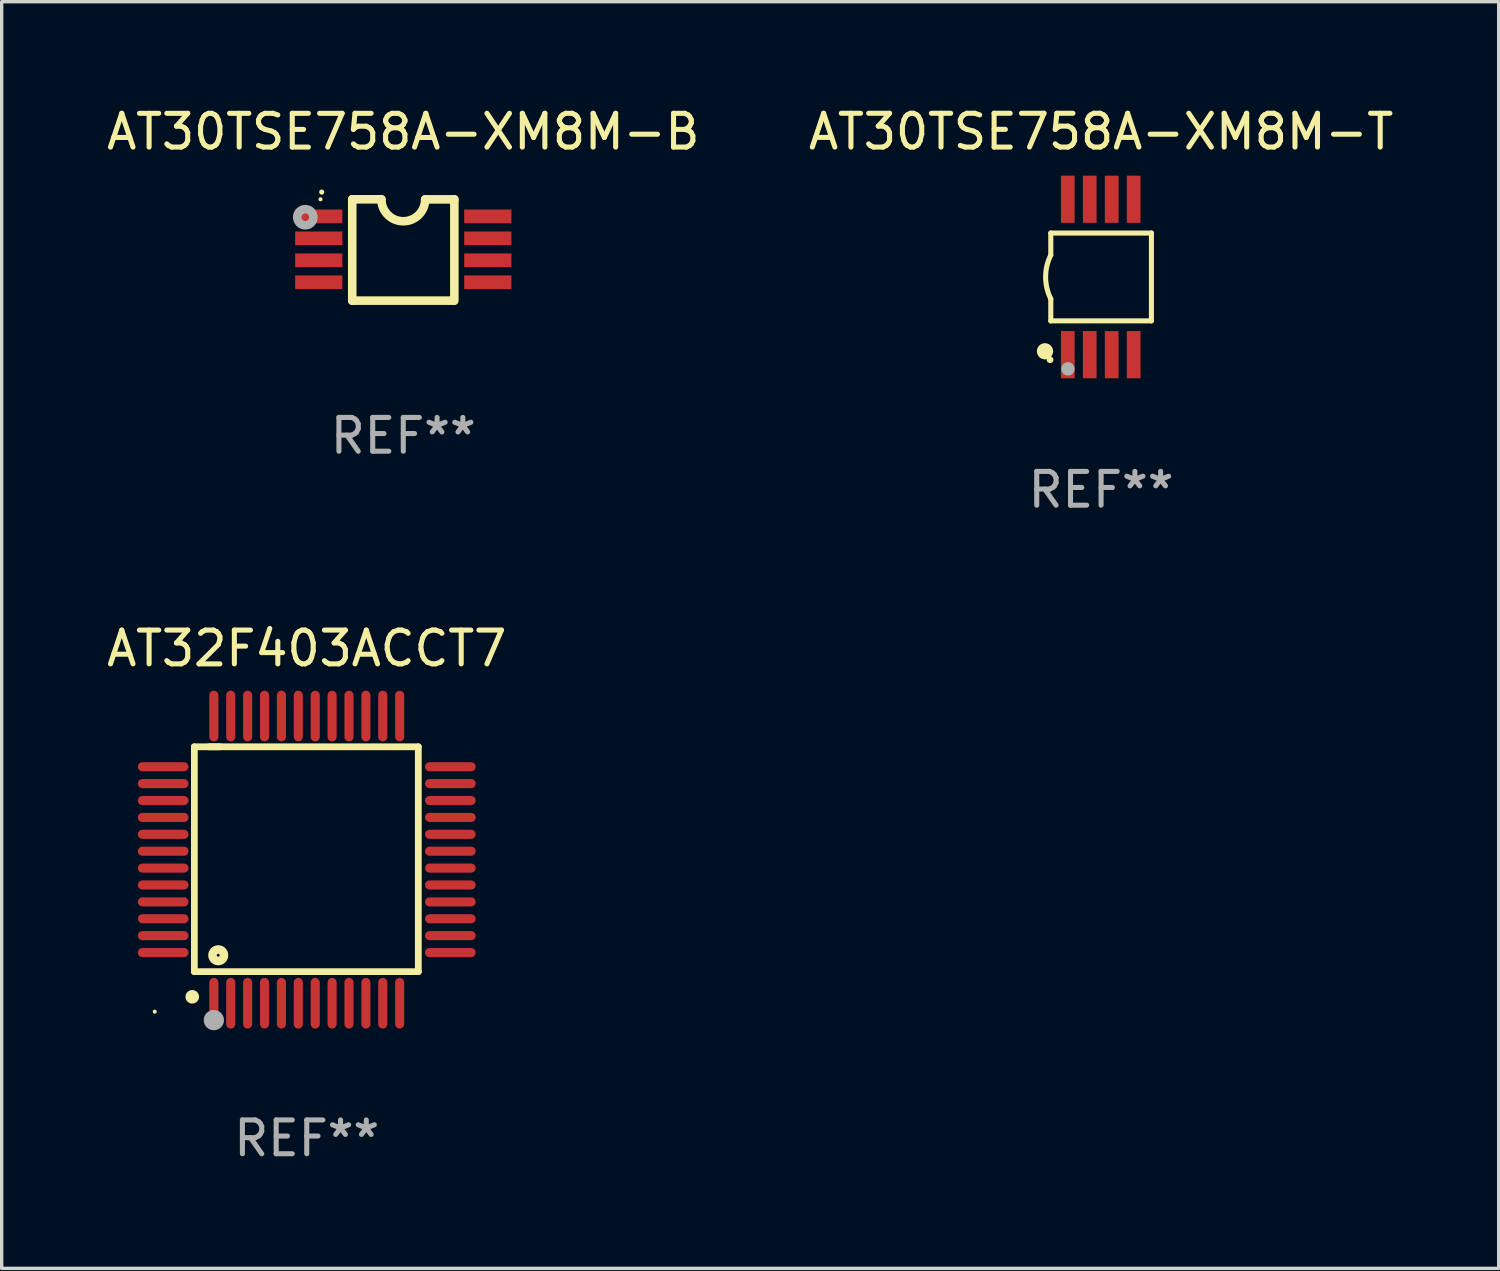
<source format=kicad_pcb>
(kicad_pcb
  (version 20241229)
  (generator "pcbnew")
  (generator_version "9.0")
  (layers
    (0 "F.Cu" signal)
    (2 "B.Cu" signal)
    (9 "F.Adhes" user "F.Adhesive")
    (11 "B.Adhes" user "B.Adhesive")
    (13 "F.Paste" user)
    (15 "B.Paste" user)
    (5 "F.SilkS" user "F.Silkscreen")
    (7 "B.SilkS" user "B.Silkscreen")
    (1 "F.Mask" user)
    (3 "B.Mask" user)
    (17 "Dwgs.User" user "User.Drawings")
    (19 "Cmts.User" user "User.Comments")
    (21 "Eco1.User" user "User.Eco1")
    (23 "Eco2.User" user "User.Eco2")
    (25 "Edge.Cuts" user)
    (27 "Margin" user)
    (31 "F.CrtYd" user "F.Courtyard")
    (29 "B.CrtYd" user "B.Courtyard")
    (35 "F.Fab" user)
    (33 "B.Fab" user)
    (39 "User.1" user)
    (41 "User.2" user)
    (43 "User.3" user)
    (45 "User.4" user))
  (footprint "AT32F403ACCT7"
    (layer "F.Cu")
    (at 6.03 22.395)
    (property "Reference" "AT32F403ACCT7" (at 0 -6.25 0) (layer "F.SilkS") (effects (font (size 1 1) (thickness 0.15))))
    (attr through_hole)
    (fp_line (start -3.327 -3.34) (end -2.565 -3.34) (stroke (width 0.2) (type solid)) (layer "F.SilkS"))
    (fp_line (start -3.327 3.315) (end -3.327 -3.34) (stroke (width 0.2) (type solid)) (layer "F.SilkS"))
    (fp_line (start -2.896 -3.34) (end 3.302 -3.34) (stroke (width 0.2) (type solid)) (layer "F.SilkS"))
    (fp_line (start 3.302 -3.34) (end 3.302 3.315) (stroke (width 0.2) (type solid)) (layer "F.SilkS"))
    (fp_line (start 3.302 3.315) (end -3.327 3.315) (stroke (width 0.2) (type solid)) (layer "F.SilkS"))
    (fp_arc (start -3.389992 4.059995) (mid -3.388722 4.059991) (end -3.387452 4.059995) (stroke (width 0.4) (type solid)) (layer "F.SilkS"))
    (fp_circle (center -4.5 4.5) (end -4.47 4.5) (stroke (width 0.06) (type solid)) (fill no) (layer "F.SilkS"))
    (fp_circle (center -2.62 2.83) (end -2.45 2.83) (stroke (width 0.254) (type solid)) (fill no) (layer "F.SilkS"))
    (fp_circle (center -2.75 4.75) (end -2.6 4.75) (stroke (width 0.3) (type solid)) (fill no) (layer "F.Fab"))
    (fp_text user "REF**" (at 0 8.25 0) (layer "F.Fab") (effects (font (size 1 1) (thickness 0.15))))
    (pad "1" smd oval (at -2.75 4.25) (size 0.27 1.5) (layers "F.Cu" "F.Mask" "F.Paste"))
    (pad "2" smd oval (at -2.25 4.25) (size 0.27 1.5) (layers "F.Cu" "F.Mask" "F.Paste"))
    (pad "3" smd oval (at -1.75 4.25) (size 0.27 1.5) (layers "F.Cu" "F.Mask" "F.Paste"))
    (pad "4" smd oval (at -1.25 4.25) (size 0.27 1.5) (layers "F.Cu" "F.Mask" "F.Paste"))
    (pad "5" smd oval (at -0.75 4.25) (size 0.27 1.5) (layers "F.Cu" "F.Mask" "F.Paste"))
    (pad "6" smd oval (at -0.25 4.25) (size 0.27 1.5) (layers "F.Cu" "F.Mask" "F.Paste"))
    (pad "7" smd oval (at 0.25 4.25) (size 0.27 1.5) (layers "F.Cu" "F.Mask" "F.Paste"))
    (pad "8" smd oval (at 0.75 4.25) (size 0.27 1.5) (layers "F.Cu" "F.Mask" "F.Paste"))
    (pad "9" smd oval (at 1.25 4.25) (size 0.27 1.5) (layers "F.Cu" "F.Mask" "F.Paste"))
    (pad "10" smd oval (at 1.75 4.25) (size 0.27 1.5) (layers "F.Cu" "F.Mask" "F.Paste"))
    (pad "11" smd oval (at 2.25 4.25) (size 0.27 1.5) (layers "F.Cu" "F.Mask" "F.Paste"))
    (pad "12" smd oval (at 2.75 4.25) (size 0.27 1.5) (layers "F.Cu" "F.Mask" "F.Paste"))
    (pad "13" smd oval (at 4.25 2.75) (size 1.5 0.27) (layers "F.Cu" "F.Mask" "F.Paste"))
    (pad "14" smd oval (at 4.25 2.25) (size 1.5 0.27) (layers "F.Cu" "F.Mask" "F.Paste"))
    (pad "15" smd oval (at 4.25 1.75) (size 1.5 0.27) (layers "F.Cu" "F.Mask" "F.Paste"))
    (pad "16" smd oval (at 4.25 1.25) (size 1.5 0.27) (layers "F.Cu" "F.Mask" "F.Paste"))
    (pad "17" smd oval (at 4.25 0.75) (size 1.5 0.27) (layers "F.Cu" "F.Mask" "F.Paste"))
    (pad "18" smd oval (at 4.25 0.25) (size 1.5 0.27) (layers "F.Cu" "F.Mask" "F.Paste"))
    (pad "19" smd oval (at 4.25 -0.25) (size 1.5 0.27) (layers "F.Cu" "F.Mask" "F.Paste"))
    (pad "20" smd oval (at 4.25 -0.75) (size 1.5 0.27) (layers "F.Cu" "F.Mask" "F.Paste"))
    (pad "21" smd oval (at 4.25 -1.25) (size 1.5 0.27) (layers "F.Cu" "F.Mask" "F.Paste"))
    (pad "22" smd oval (at 4.25 -1.75) (size 1.5 0.27) (layers "F.Cu" "F.Mask" "F.Paste"))
    (pad "23" smd oval (at 4.25 -2.25) (size 1.5 0.27) (layers "F.Cu" "F.Mask" "F.Paste"))
    (pad "24" smd oval (at 4.25 -2.75) (size 1.5 0.27) (layers "F.Cu" "F.Mask" "F.Paste"))
    (pad "25" smd oval (at 2.75 -4.25) (size 0.27 1.5) (layers "F.Cu" "F.Mask" "F.Paste"))
    (pad "26" smd oval (at 2.25 -4.25) (size 0.27 1.5) (layers "F.Cu" "F.Mask" "F.Paste"))
    (pad "27" smd oval (at 1.75 -4.25) (size 0.27 1.5) (layers "F.Cu" "F.Mask" "F.Paste"))
    (pad "28" smd oval (at 1.25 -4.25) (size 0.27 1.5) (layers "F.Cu" "F.Mask" "F.Paste"))
    (pad "29" smd oval (at 0.75 -4.25) (size 0.27 1.5) (layers "F.Cu" "F.Mask" "F.Paste"))
    (pad "30" smd oval (at 0.25 -4.25) (size 0.27 1.5) (layers "F.Cu" "F.Mask" "F.Paste"))
    (pad "31" smd oval (at -0.25 -4.25) (size 0.27 1.5) (layers "F.Cu" "F.Mask" "F.Paste"))
    (pad "32" smd oval (at -0.75 -4.25) (size 0.27 1.5) (layers "F.Cu" "F.Mask" "F.Paste"))
    (pad "33" smd oval (at -1.25 -4.25) (size 0.27 1.5) (layers "F.Cu" "F.Mask" "F.Paste"))
    (pad "34" smd oval (at -1.75 -4.25) (size 0.27 1.5) (layers "F.Cu" "F.Mask" "F.Paste"))
    (pad "35" smd oval (at -2.25 -4.25) (size 0.27 1.5) (layers "F.Cu" "F.Mask" "F.Paste"))
    (pad "36" smd oval (at -2.75 -4.25) (size 0.27 1.5) (layers "F.Cu" "F.Mask" "F.Paste"))
    (pad "37" smd oval (at -4.25 -2.75) (size 1.5 0.27) (layers "F.Cu" "F.Mask" "F.Paste"))
    (pad "38" smd oval (at -4.25 -2.25) (size 1.5 0.27) (layers "F.Cu" "F.Mask" "F.Paste"))
    (pad "39" smd oval (at -4.25 -1.75) (size 1.5 0.27) (layers "F.Cu" "F.Mask" "F.Paste"))
    (pad "40" smd oval (at -4.25 -1.25) (size 1.5 0.27) (layers "F.Cu" "F.Mask" "F.Paste"))
    (pad "41" smd oval (at -4.25 -0.75) (size 1.5 0.27) (layers "F.Cu" "F.Mask" "F.Paste"))
    (pad "42" smd oval (at -4.25 -0.25) (size 1.5 0.27) (layers "F.Cu" "F.Mask" "F.Paste"))
    (pad "43" smd oval (at -4.25 0.25) (size 1.5 0.27) (layers "F.Cu" "F.Mask" "F.Paste"))
    (pad "44" smd oval (at -4.25 0.75) (size 1.5 0.27) (layers "F.Cu" "F.Mask" "F.Paste"))
    (pad "45" smd oval (at -4.25 1.25) (size 1.5 0.27) (layers "F.Cu" "F.Mask" "F.Paste"))
    (pad "46" smd oval (at -4.25 1.75) (size 1.5 0.27) (layers "F.Cu" "F.Mask" "F.Paste"))
    (pad "47" smd oval (at -4.25 2.25) (size 1.5 0.27) (layers "F.Cu" "F.Mask" "F.Paste"))
    (pad "48" smd oval (at -4.25 2.75) (size 1.5 0.27) (layers "F.Cu" "F.Mask" "F.Paste")))
  (footprint "AT30TSE758A-XM8M-B"
    (layer "F.Cu")
    (at 8.887 4.35)
    (property "Reference" "AT30TSE758A-XM8M-B" (at 0 -3.501 0) (layer "F.SilkS") (effects (font (size 1 1) (thickness 0.15))))
    (attr through_hole)
    (fp_line (start -1.511 -1.501) (end -1.511 1.499) (stroke (width 0.254) (type solid)) (layer "F.SilkS"))
    (fp_line (start -1.511 -1.501) (end -0.648 -1.501) (stroke (width 0.254) (type solid)) (layer "F.SilkS"))
    (fp_line (start -1.511 1.499) (end 1.489 1.499) (stroke (width 0.254) (type solid)) (layer "F.SilkS"))
    (fp_line (start 0.648 -1.499) (end 1.511 -1.499) (stroke (width 0.254) (type solid)) (layer "F.SilkS"))
    (fp_line (start 1.511 -1.499) (end 1.511 1.501) (stroke (width 0.254) (type solid)) (layer "F.SilkS"))
    (fp_arc (start -2.41491 -1.713233) (mid -2.414916 -1.714503) (end -2.41491 -1.715773) (stroke (width 0.150013) (type solid)) (layer "F.SilkS"))
    (fp_arc (start 0.647803 -1.498603) (mid 0.000102 -0.850902) (end -0.647599 -1.498603) (stroke (width 0.254001) (type solid)) (layer "F.SilkS"))
    (fp_circle (center -2.45 -1.501) (end -2.42 -1.501) (stroke (width 0.06) (type solid)) (fill no) (layer "F.SilkS"))
    (fp_circle (center -2.9 -0.97) (end -2.788 -0.97) (stroke (width 0.254) (type solid)) (fill no) (layer "F.Fab"))
    (fp_text user "REF**" (at 0 5.501 0) (layer "F.Fab") (effects (font (size 1 1) (thickness 0.15))))
    (pad "1" smd rect (at -2.502 -0.995) (size 1.397 0.406) (layers "F.Cu" "F.Mask" "F.Paste"))
    (pad "2" smd rect (at -2.502 -0.345) (size 1.397 0.406) (layers "F.Cu" "F.Mask" "F.Paste"))
    (pad "3" smd rect (at -2.502 0.305) (size 1.397 0.406) (layers "F.Cu" "F.Mask" "F.Paste"))
    (pad "4" smd rect (at -2.502 0.955) (size 1.397 0.406) (layers "F.Cu" "F.Mask" "F.Paste"))
    (pad "5" smd rect (at 2.502 0.955) (size 1.397 0.406) (layers "F.Cu" "F.Mask" "F.Paste"))
    (pad "6" smd rect (at 2.502 0.305) (size 1.397 0.406) (layers "F.Cu" "F.Mask" "F.Paste"))
    (pad "7" smd rect (at 2.502 -0.345) (size 1.397 0.406) (layers "F.Cu" "F.Mask" "F.Paste"))
    (pad "8" smd rect (at 2.502 -0.995) (size 1.397 0.406) (layers "F.Cu" "F.Mask" "F.Paste")))
  (footprint "AT30TSE758A-XM8M-T"
    (layer "F.Cu")
    (at 29.542 5.148)
    (property "Reference" "AT30TSE758A-XM8M-T" (at 0 -4.3 0) (layer "F.SilkS") (effects (font (size 1 1) (thickness 0.15))))
    (attr through_hole)
    (fp_line (start -1.489 -1.3) (end -1.489 -0.648) (stroke (width 0.15) (type solid)) (layer "F.SilkS"))
    (fp_line (start -1.489 0.648) (end -1.489 1.3) (stroke (width 0.15) (type solid)) (layer "F.SilkS"))
    (fp_line (start -1.489 1.3) (end 1.489 1.3) (stroke (width 0.15) (type solid)) (layer "F.SilkS"))
    (fp_line (start 1.489 -1.3) (end -1.489 -1.3) (stroke (width 0.15) (type solid)) (layer "F.SilkS"))
    (fp_line (start 1.489 1.3) (end 1.489 -1.3) (stroke (width 0.15) (type solid)) (layer "F.SilkS"))
    (fp_arc (start -1.489205 0.647702) (mid -1.642107 0) (end -1.489205 -0.647701) (stroke (width 0.150013) (type solid)) (layer "F.SilkS"))
    (fp_circle (center -1.661 2.2) (end -1.541 2.2) (stroke (width 0.24) (type solid)) (fill no) (layer "F.SilkS"))
    (fp_circle (center -1.511 2.45) (end -1.461 2.45) (stroke (width 0.1) (type solid)) (fill no) (layer "F.SilkS"))
    (fp_circle (center -0.981 2.72) (end -0.881 2.72) (stroke (width 0.2) (type solid)) (fill no) (layer "F.Fab"))
    (fp_text user "REF**" (at 0 6.3 0) (layer "F.Fab") (effects (font (size 1 1) (thickness 0.15))))
    (pad "1" smd rect (at -0.986 2.3) (size 0.406 1.397) (layers "F.Cu" "F.Mask" "F.Paste"))
    (pad "2" smd rect (at -0.336 2.3) (size 0.406 1.397) (layers "F.Cu" "F.Mask" "F.Paste"))
    (pad "3" smd rect (at 0.314 2.3) (size 0.406 1.397) (layers "F.Cu" "F.Mask" "F.Paste"))
    (pad "4" smd rect (at 0.964 2.3) (size 0.406 1.397) (layers "F.Cu" "F.Mask" "F.Paste"))
    (pad "5" smd rect (at 0.964 -2.3) (size 0.406 1.397) (layers "F.Cu" "F.Mask" "F.Paste"))
    (pad "6" smd rect (at 0.314 -2.3) (size 0.406 1.397) (layers "F.Cu" "F.Mask" "F.Paste"))
    (pad "7" smd rect (at -0.336 -2.3) (size 0.406 1.397) (layers "F.Cu" "F.Mask" "F.Paste"))
    (pad "8" smd rect (at -0.986 -2.3) (size 0.406 1.397) (layers "F.Cu" "F.Mask" "F.Paste")))
  (gr_rect
    (start -3 -3)
    (end 41.31 34.493)
    (stroke (width 0.1) (type default))
    (fill no)
    (layer "Edge.Cuts")))
</source>
